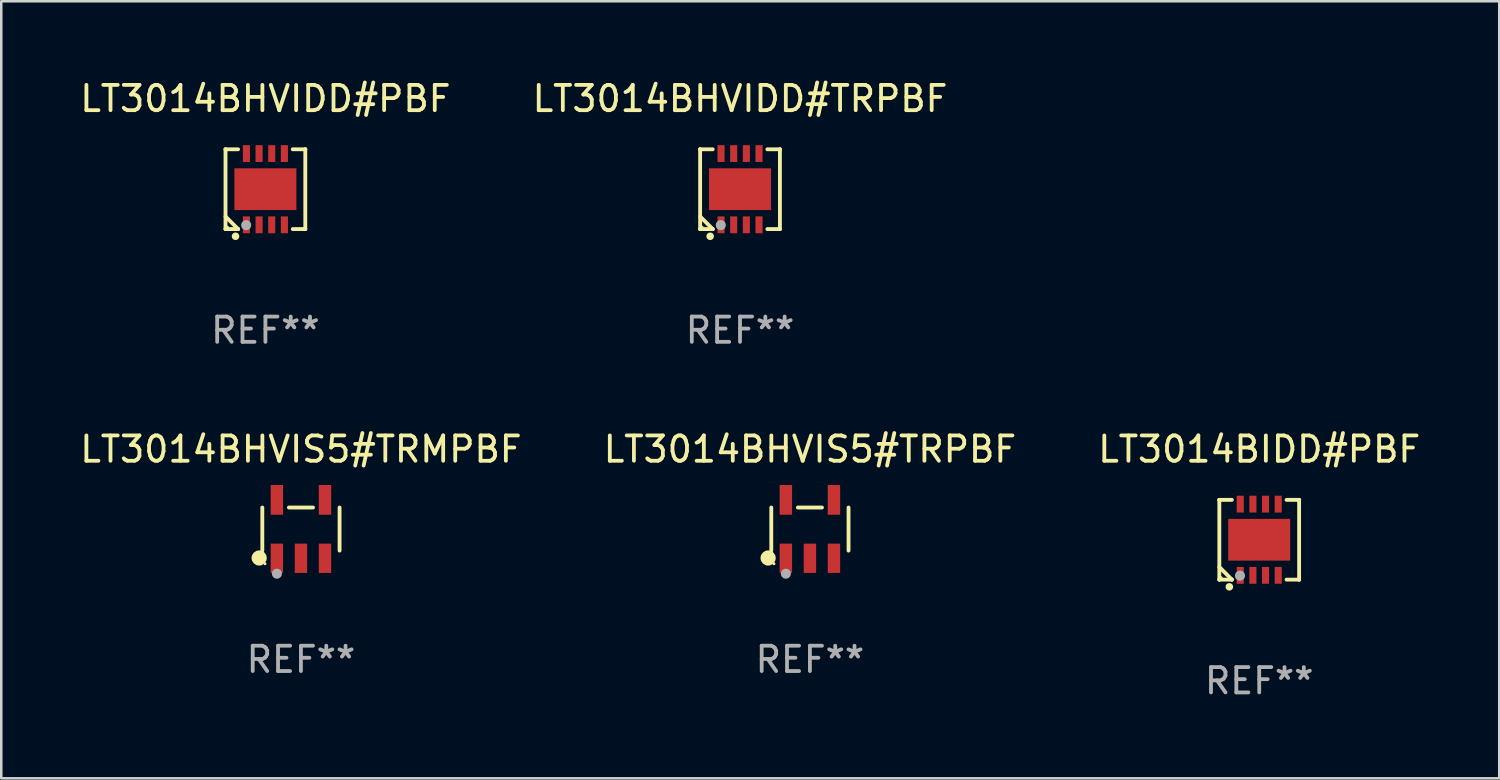
<source format=kicad_pcb>
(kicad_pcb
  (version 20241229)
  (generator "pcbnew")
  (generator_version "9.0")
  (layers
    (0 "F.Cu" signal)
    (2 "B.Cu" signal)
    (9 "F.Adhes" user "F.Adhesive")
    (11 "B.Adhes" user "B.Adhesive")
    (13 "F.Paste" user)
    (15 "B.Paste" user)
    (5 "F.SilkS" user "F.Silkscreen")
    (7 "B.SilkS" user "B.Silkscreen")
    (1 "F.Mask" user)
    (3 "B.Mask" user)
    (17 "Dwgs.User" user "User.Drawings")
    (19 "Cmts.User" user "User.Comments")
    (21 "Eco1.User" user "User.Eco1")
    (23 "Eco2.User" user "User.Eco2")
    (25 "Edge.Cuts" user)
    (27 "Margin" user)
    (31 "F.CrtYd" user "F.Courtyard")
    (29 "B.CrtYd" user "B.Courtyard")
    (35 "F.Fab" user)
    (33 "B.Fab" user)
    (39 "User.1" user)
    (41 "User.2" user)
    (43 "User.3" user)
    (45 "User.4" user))
  (footprint "LT3014BHVIS5#TRMPBF"
    (layer "F.Cu")
    (at 8.839 17.851)
    (property "Reference" "LT3014BHVIS5#TRMPBF" (at 0 -3.154 0) (layer "F.SilkS") (effects (font (size 1 1) (thickness 0.15))))
    (attr through_hole)
    (fp_line (start -1.526 0.851) (end -1.526 -0.851) (stroke (width 0.152) (type solid)) (layer "F.SilkS"))
    (fp_line (start 0.476 -0.851) (end -0.476 -0.851) (stroke (width 0.152) (type solid)) (layer "F.SilkS"))
    (fp_line (start 1.526 0.851) (end 1.526 -0.851) (stroke (width 0.152) (type solid)) (layer "F.SilkS"))
    (fp_circle (center -1.651 1.143) (end -1.501 1.143) (stroke (width 0.3) (type solid)) (fill no) (layer "F.SilkS"))
    (fp_circle (center -1.42 1.37) (end -1.39 1.37) (stroke (width 0.06) (type solid)) (fill no) (layer "F.SilkS"))
    (fp_circle (center -0.95 1.763) (end -0.85 1.763) (stroke (width 0.2) (type solid)) (fill no) (layer "F.Fab"))
    (fp_text user "REF**" (at 0 5.154 0) (layer "F.Fab") (effects (font (size 1 1) (thickness 0.15))))
    (pad "1" smd rect (at -0.95 1.154) (size 0.49 1.157) (layers "F.Cu" "F.Mask" "F.Paste"))
    (pad "2" smd rect (at 0 1.154) (size 0.49 1.157) (layers "F.Cu" "F.Mask" "F.Paste"))
    (pad "3" smd rect (at 0.95 1.154) (size 0.49 1.157) (layers "F.Cu" "F.Mask" "F.Paste"))
    (pad "4" smd rect (at 0.95 -1.154) (size 0.49 1.175) (layers "F.Cu" "F.Mask" "F.Paste"))
    (pad "5" smd rect (at -0.95 -1.154) (size 0.49 1.175) (layers "F.Cu" "F.Mask" "F.Paste")))
  (footprint "LT3014BHVIDD#PBF"
    (layer "F.Cu")
    (at 7.435 4.424)
    (property "Reference" "LT3014BHVIDD#PBF" (at 0 -3.576 0) (layer "F.SilkS") (effects (font (size 1 1) (thickness 0.15))))
    (attr through_hole)
    (fp_line (start -1.576 -1.576) (end -1.576 -1.576) (stroke (width 0.152) (type solid)) (layer "F.SilkS"))
    (fp_line (start -1.576 -1.576) (end -1.08 -1.576) (stroke (width 0.152) (type solid)) (layer "F.SilkS"))
    (fp_line (start -1.576 1.576) (end -1.576 -1.576) (stroke (width 0.152) (type solid)) (layer "F.SilkS"))
    (fp_line (start -1.576 1.576) (end -1.576 1.576) (stroke (width 0.152) (type solid)) (layer "F.SilkS"))
    (fp_line (start -1.08 1.575) (end -1.576 1.079) (stroke (width 0.152) (type solid)) (layer "F.SilkS"))
    (fp_line (start -1.08 1.576) (end -1.576 1.576) (stroke (width 0.152) (type solid)) (layer "F.SilkS"))
    (fp_line (start -1.08 1.576) (end -1.08 1.575) (stroke (width 0.152) (type solid)) (layer "F.SilkS"))
    (fp_line (start 1.08 1.576) (end 1.576 1.576) (stroke (width 0.152) (type solid)) (layer "F.SilkS"))
    (fp_line (start 1.576 -1.576) (end 1.08 -1.576) (stroke (width 0.152) (type solid)) (layer "F.SilkS"))
    (fp_line (start 1.576 -1.576) (end 1.576 -1.576) (stroke (width 0.152) (type solid)) (layer "F.SilkS"))
    (fp_line (start 1.576 1.576) (end 1.576 -1.576) (stroke (width 0.152) (type solid)) (layer "F.SilkS"))
    (fp_line (start 1.576 1.576) (end 1.576 1.576) (stroke (width 0.152) (type solid)) (layer "F.SilkS"))
    (fp_circle (center -1.5 1.5) (end -1.47 1.5) (stroke (width 0.06) (type solid)) (fill no) (layer "F.SilkS"))
    (fp_circle (center -1.18 1.86) (end -1.105 1.86) (stroke (width 0.15) (type solid)) (fill no) (layer "F.SilkS"))
    (fp_circle (center -0.76 1.42) (end -0.66 1.42) (stroke (width 0.2) (type solid)) (fill no) (layer "F.Fab"))
    (fp_text user "REF**" (at 0 5.576 0) (layer "F.Fab") (effects (font (size 1 1) (thickness 0.15))))
    (pad "1" smd rect (at -0.75 1.407) (size 0.28 0.665) (layers "F.Cu" "F.Mask" "F.Paste"))
    (pad "2" smd rect (at -0.25 1.407) (size 0.28 0.665) (layers "F.Cu" "F.Mask" "F.Paste"))
    (pad "3" smd rect (at 0.25 1.407) (size 0.28 0.665) (layers "F.Cu" "F.Mask" "F.Paste"))
    (pad "4" smd rect (at 0.75 1.407) (size 0.28 0.665) (layers "F.Cu" "F.Mask" "F.Paste"))
    (pad "5" smd rect (at 0.75 -1.407) (size 0.28 0.665) (layers "F.Cu" "F.Mask" "F.Paste"))
    (pad "6" smd rect (at 0.25 -1.407) (size 0.28 0.665) (layers "F.Cu" "F.Mask" "F.Paste"))
    (pad "7" smd rect (at -0.25 -1.407) (size 0.28 0.665) (layers "F.Cu" "F.Mask" "F.Paste"))
    (pad "8" smd rect (at -0.75 -1.407) (size 0.28 0.665) (layers "F.Cu" "F.Mask" "F.Paste"))
    (pad "9" smd rect (at 0 0) (size 2.45 1.65) (layers "F.Cu" "F.Mask" "F.Paste")))
  (footprint "LT3014BIDD#PBF"
    (layer "F.Cu")
    (at 46.696 18.273)
    (property "Reference" "LT3014BIDD#PBF" (at 0 -3.576 0) (layer "F.SilkS") (effects (font (size 1 1) (thickness 0.15))))
    (attr through_hole)
    (fp_line (start -1.576 -1.576) (end -1.576 -1.576) (stroke (width 0.152) (type solid)) (layer "F.SilkS"))
    (fp_line (start -1.576 -1.576) (end -1.08 -1.576) (stroke (width 0.152) (type solid)) (layer "F.SilkS"))
    (fp_line (start -1.576 1.576) (end -1.576 -1.576) (stroke (width 0.152) (type solid)) (layer "F.SilkS"))
    (fp_line (start -1.576 1.576) (end -1.576 1.576) (stroke (width 0.152) (type solid)) (layer "F.SilkS"))
    (fp_line (start -1.08 1.575) (end -1.576 1.079) (stroke (width 0.152) (type solid)) (layer "F.SilkS"))
    (fp_line (start -1.08 1.576) (end -1.576 1.576) (stroke (width 0.152) (type solid)) (layer "F.SilkS"))
    (fp_line (start -1.08 1.576) (end -1.08 1.575) (stroke (width 0.152) (type solid)) (layer "F.SilkS"))
    (fp_line (start 1.08 1.576) (end 1.576 1.576) (stroke (width 0.152) (type solid)) (layer "F.SilkS"))
    (fp_line (start 1.576 -1.576) (end 1.08 -1.576) (stroke (width 0.152) (type solid)) (layer "F.SilkS"))
    (fp_line (start 1.576 -1.576) (end 1.576 -1.576) (stroke (width 0.152) (type solid)) (layer "F.SilkS"))
    (fp_line (start 1.576 1.576) (end 1.576 -1.576) (stroke (width 0.152) (type solid)) (layer "F.SilkS"))
    (fp_line (start 1.576 1.576) (end 1.576 1.576) (stroke (width 0.152) (type solid)) (layer "F.SilkS"))
    (fp_circle (center -1.5 1.5) (end -1.47 1.5) (stroke (width 0.06) (type solid)) (fill no) (layer "F.SilkS"))
    (fp_circle (center -1.18 1.86) (end -1.105 1.86) (stroke (width 0.15) (type solid)) (fill no) (layer "F.SilkS"))
    (fp_circle (center -0.76 1.42) (end -0.66 1.42) (stroke (width 0.2) (type solid)) (fill no) (layer "F.Fab"))
    (fp_text user "REF**" (at 0 5.576 0) (layer "F.Fab") (effects (font (size 1 1) (thickness 0.15))))
    (pad "1" smd rect (at -0.75 1.407) (size 0.28 0.665) (layers "F.Cu" "F.Mask" "F.Paste"))
    (pad "2" smd rect (at -0.25 1.407) (size 0.28 0.665) (layers "F.Cu" "F.Mask" "F.Paste"))
    (pad "3" smd rect (at 0.25 1.407) (size 0.28 0.665) (layers "F.Cu" "F.Mask" "F.Paste"))
    (pad "4" smd rect (at 0.75 1.407) (size 0.28 0.665) (layers "F.Cu" "F.Mask" "F.Paste"))
    (pad "5" smd rect (at 0.75 -1.407) (size 0.28 0.665) (layers "F.Cu" "F.Mask" "F.Paste"))
    (pad "6" smd rect (at 0.25 -1.407) (size 0.28 0.665) (layers "F.Cu" "F.Mask" "F.Paste"))
    (pad "7" smd rect (at -0.25 -1.407) (size 0.28 0.665) (layers "F.Cu" "F.Mask" "F.Paste"))
    (pad "8" smd rect (at -0.75 -1.407) (size 0.28 0.665) (layers "F.Cu" "F.Mask" "F.Paste"))
    (pad "9" smd rect (at 0 0) (size 2.45 1.65) (layers "F.Cu" "F.Mask" "F.Paste")))
  (footprint "LT3014BHVIDD#TRPBF"
    (layer "F.Cu")
    (at 26.185 4.424)
    (property "Reference" "LT3014BHVIDD#TRPBF" (at 0 -3.576 0) (layer "F.SilkS") (effects (font (size 1 1) (thickness 0.15))))
    (attr through_hole)
    (fp_line (start -1.576 -1.576) (end -1.576 -1.576) (stroke (width 0.152) (type solid)) (layer "F.SilkS"))
    (fp_line (start -1.576 -1.576) (end -1.08 -1.576) (stroke (width 0.152) (type solid)) (layer "F.SilkS"))
    (fp_line (start -1.576 1.576) (end -1.576 -1.576) (stroke (width 0.152) (type solid)) (layer "F.SilkS"))
    (fp_line (start -1.576 1.576) (end -1.576 1.576) (stroke (width 0.152) (type solid)) (layer "F.SilkS"))
    (fp_line (start -1.08 1.575) (end -1.576 1.079) (stroke (width 0.152) (type solid)) (layer "F.SilkS"))
    (fp_line (start -1.08 1.576) (end -1.576 1.576) (stroke (width 0.152) (type solid)) (layer "F.SilkS"))
    (fp_line (start -1.08 1.576) (end -1.08 1.575) (stroke (width 0.152) (type solid)) (layer "F.SilkS"))
    (fp_line (start 1.08 1.576) (end 1.576 1.576) (stroke (width 0.152) (type solid)) (layer "F.SilkS"))
    (fp_line (start 1.576 -1.576) (end 1.08 -1.576) (stroke (width 0.152) (type solid)) (layer "F.SilkS"))
    (fp_line (start 1.576 -1.576) (end 1.576 -1.576) (stroke (width 0.152) (type solid)) (layer "F.SilkS"))
    (fp_line (start 1.576 1.576) (end 1.576 -1.576) (stroke (width 0.152) (type solid)) (layer "F.SilkS"))
    (fp_line (start 1.576 1.576) (end 1.576 1.576) (stroke (width 0.152) (type solid)) (layer "F.SilkS"))
    (fp_circle (center -1.5 1.5) (end -1.47 1.5) (stroke (width 0.06) (type solid)) (fill no) (layer "F.SilkS"))
    (fp_circle (center -1.18 1.86) (end -1.105 1.86) (stroke (width 0.15) (type solid)) (fill no) (layer "F.SilkS"))
    (fp_circle (center -0.76 1.42) (end -0.66 1.42) (stroke (width 0.2) (type solid)) (fill no) (layer "F.Fab"))
    (fp_text user "REF**" (at 0 5.576 0) (layer "F.Fab") (effects (font (size 1 1) (thickness 0.15))))
    (pad "1" smd rect (at -0.75 1.407) (size 0.28 0.665) (layers "F.Cu" "F.Mask" "F.Paste"))
    (pad "2" smd rect (at -0.25 1.407) (size 0.28 0.665) (layers "F.Cu" "F.Mask" "F.Paste"))
    (pad "3" smd rect (at 0.25 1.407) (size 0.28 0.665) (layers "F.Cu" "F.Mask" "F.Paste"))
    (pad "4" smd rect (at 0.75 1.407) (size 0.28 0.665) (layers "F.Cu" "F.Mask" "F.Paste"))
    (pad "5" smd rect (at 0.75 -1.407) (size 0.28 0.665) (layers "F.Cu" "F.Mask" "F.Paste"))
    (pad "6" smd rect (at 0.25 -1.407) (size 0.28 0.665) (layers "F.Cu" "F.Mask" "F.Paste"))
    (pad "7" smd rect (at -0.25 -1.407) (size 0.28 0.665) (layers "F.Cu" "F.Mask" "F.Paste"))
    (pad "8" smd rect (at -0.75 -1.407) (size 0.28 0.665) (layers "F.Cu" "F.Mask" "F.Paste"))
    (pad "9" smd rect (at 0 0) (size 2.45 1.65) (layers "F.Cu" "F.Mask" "F.Paste")))
  (footprint "LT3014BHVIS5#TRPBF"
    (layer "F.Cu")
    (at 28.946 17.851)
    (property "Reference" "LT3014BHVIS5#TRPBF" (at 0 -3.154 0) (layer "F.SilkS") (effects (font (size 1 1) (thickness 0.15))))
    (attr through_hole)
    (fp_line (start -1.526 0.851) (end -1.526 -0.851) (stroke (width 0.152) (type solid)) (layer "F.SilkS"))
    (fp_line (start 0.476 -0.851) (end -0.476 -0.851) (stroke (width 0.152) (type solid)) (layer "F.SilkS"))
    (fp_line (start 1.526 0.851) (end 1.526 -0.851) (stroke (width 0.152) (type solid)) (layer "F.SilkS"))
    (fp_circle (center -1.651 1.143) (end -1.501 1.143) (stroke (width 0.3) (type solid)) (fill no) (layer "F.SilkS"))
    (fp_circle (center -1.42 1.37) (end -1.39 1.37) (stroke (width 0.06) (type solid)) (fill no) (layer "F.SilkS"))
    (fp_circle (center -0.95 1.763) (end -0.85 1.763) (stroke (width 0.2) (type solid)) (fill no) (layer "F.Fab"))
    (fp_text user "REF**" (at 0 5.154 0) (layer "F.Fab") (effects (font (size 1 1) (thickness 0.15))))
    (pad "1" smd rect (at -0.95 1.154) (size 0.49 1.157) (layers "F.Cu" "F.Mask" "F.Paste"))
    (pad "2" smd rect (at 0 1.154) (size 0.49 1.157) (layers "F.Cu" "F.Mask" "F.Paste"))
    (pad "3" smd rect (at 0.95 1.154) (size 0.49 1.157) (layers "F.Cu" "F.Mask" "F.Paste"))
    (pad "4" smd rect (at 0.95 -1.154) (size 0.49 1.175) (layers "F.Cu" "F.Mask" "F.Paste"))
    (pad "5" smd rect (at -0.95 -1.154) (size 0.49 1.175) (layers "F.Cu" "F.Mask" "F.Paste")))
  (gr_rect
    (start -3 -3)
    (end 56.179 27.698)
    (stroke (width 0.1) (type default))
    (fill no)
    (layer "Edge.Cuts")))
</source>
